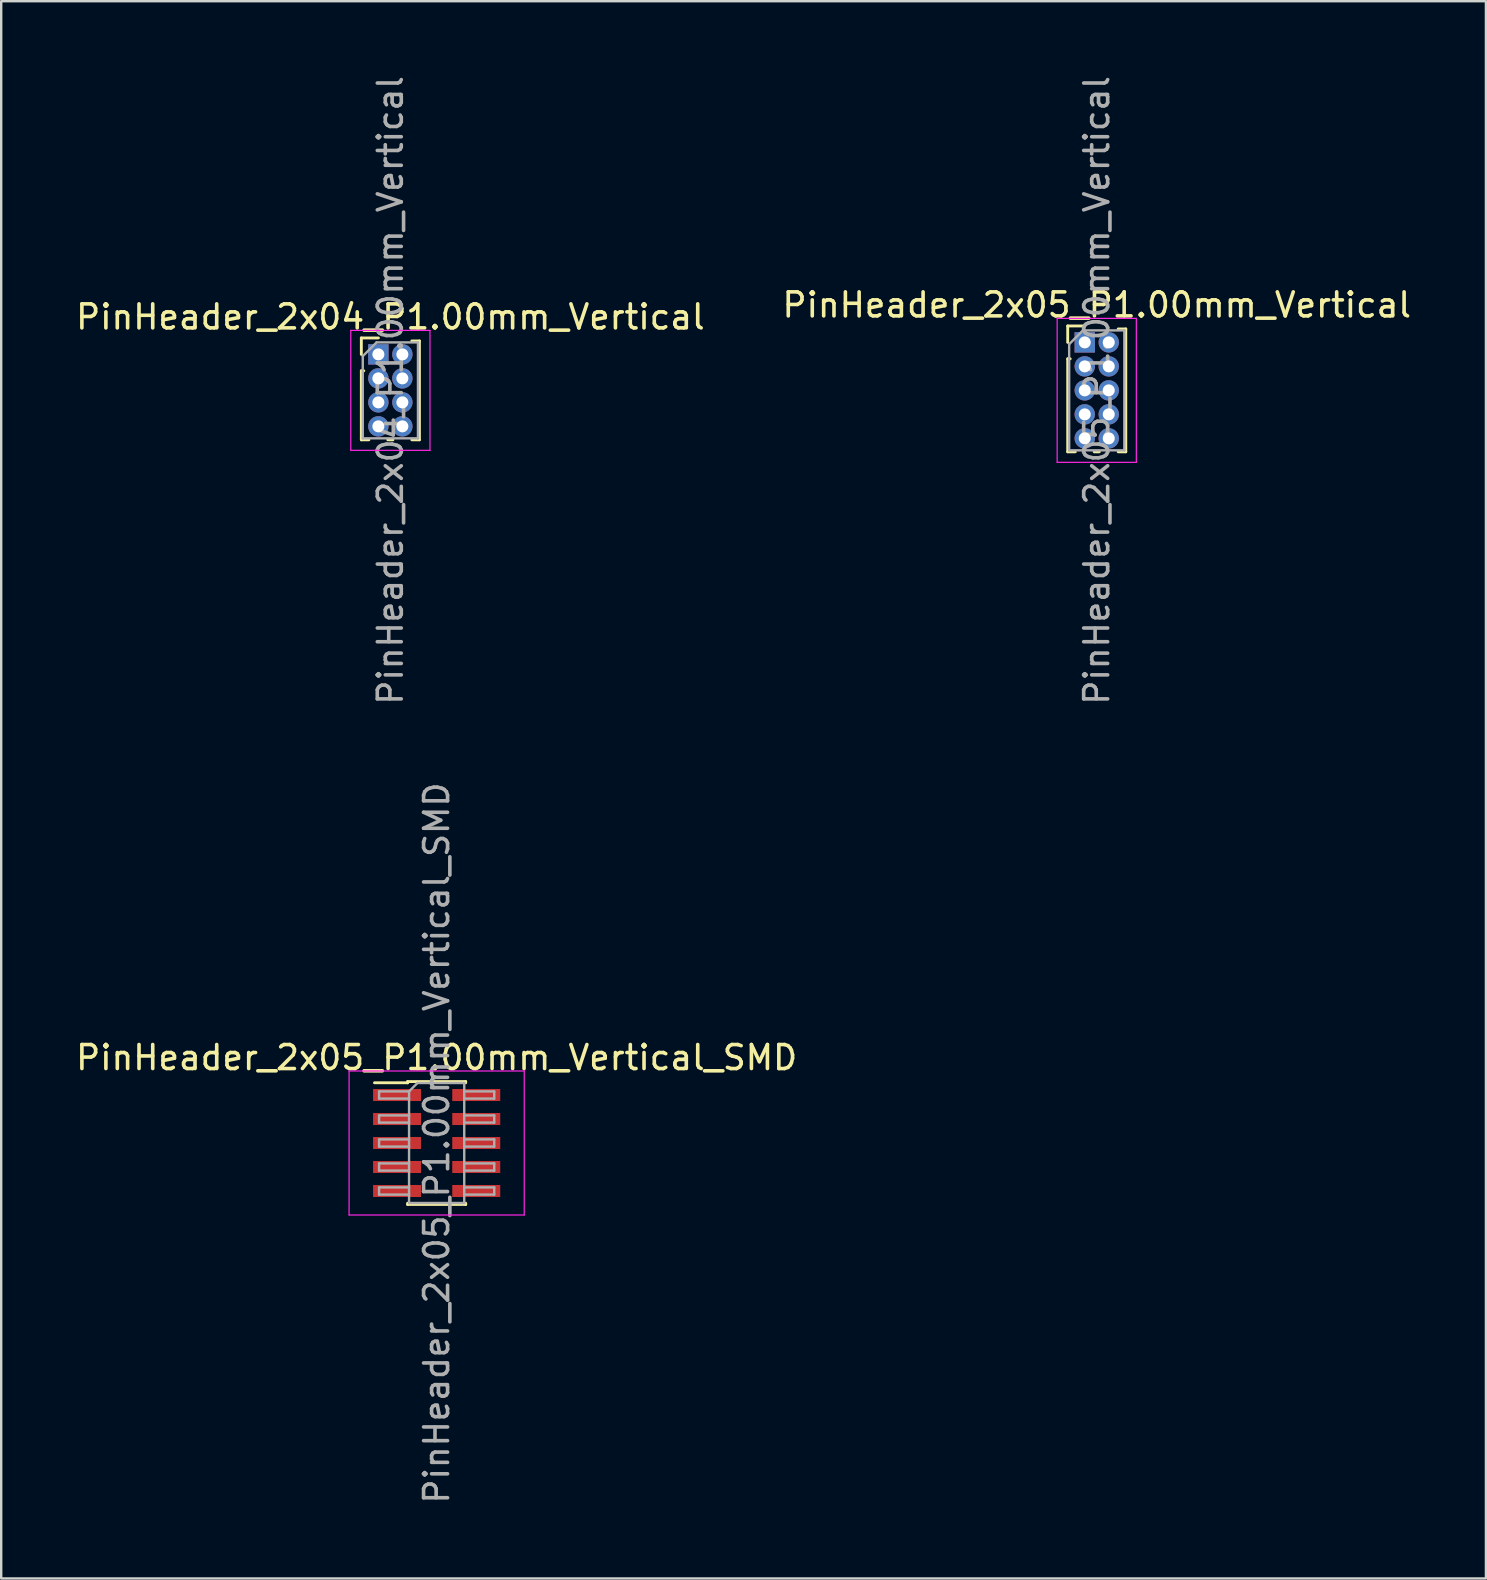
<source format=kicad_pcb>
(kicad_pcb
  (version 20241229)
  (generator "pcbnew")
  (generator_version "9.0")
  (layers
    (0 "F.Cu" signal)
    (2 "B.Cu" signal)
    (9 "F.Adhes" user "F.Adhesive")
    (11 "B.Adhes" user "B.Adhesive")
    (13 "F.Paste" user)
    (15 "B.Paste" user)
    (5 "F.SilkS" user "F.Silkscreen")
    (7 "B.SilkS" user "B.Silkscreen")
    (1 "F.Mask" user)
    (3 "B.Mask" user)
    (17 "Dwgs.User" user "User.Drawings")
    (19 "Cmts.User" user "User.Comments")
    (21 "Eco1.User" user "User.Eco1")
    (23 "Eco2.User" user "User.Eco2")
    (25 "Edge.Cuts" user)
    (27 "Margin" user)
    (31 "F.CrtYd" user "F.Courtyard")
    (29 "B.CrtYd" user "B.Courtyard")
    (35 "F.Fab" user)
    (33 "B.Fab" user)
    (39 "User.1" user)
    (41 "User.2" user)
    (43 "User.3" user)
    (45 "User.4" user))
  (footprint "PinHeader_2x05_P1.00mm_Vertical_SMD"
    (layer "F.Cu")
    (at 15.149 44.589)
    (property "Reference" "PinHeader_2x05_P1.00mm_Vertical_SMD" (at 0 -3.56 0) (layer "F.SilkS") (effects (font (size 1 1) (thickness 0.15))))
    (attr smd)
    (fp_line (start -2.59 -2.51) (end -1.21 -2.51) (stroke (width 0.12) (type solid)) (layer "F.SilkS"))
    (fp_line (start -1.21 -2.56) (end -1.21 -2.51) (stroke (width 0.12) (type solid)) (layer "F.SilkS"))
    (fp_line (start -1.21 -2.56) (end 1.21 -2.56) (stroke (width 0.12) (type solid)) (layer "F.SilkS"))
    (fp_line (start -1.21 2.51) (end -1.21 2.56) (stroke (width 0.12) (type solid)) (layer "F.SilkS"))
    (fp_line (start -1.21 2.56) (end 1.21 2.56) (stroke (width 0.12) (type solid)) (layer "F.SilkS"))
    (fp_line (start 1.21 -2.56) (end 1.21 -2.51) (stroke (width 0.12) (type solid)) (layer "F.SilkS"))
    (fp_line (start 1.21 2.51) (end 1.21 2.56) (stroke (width 0.12) (type solid)) (layer "F.SilkS"))
    (fp_line (start -3.65 -3) (end -3.65 3) (stroke (width 0.05) (type solid)) (layer "F.CrtYd"))
    (fp_line (start -3.65 3) (end 3.65 3) (stroke (width 0.05) (type solid)) (layer "F.CrtYd"))
    (fp_line (start 3.65 -3) (end -3.65 -3) (stroke (width 0.05) (type solid)) (layer "F.CrtYd"))
    (fp_line (start 3.65 3) (end 3.65 -3) (stroke (width 0.05) (type solid)) (layer "F.CrtYd"))
    (fp_line (start -2.4 -2.15) (end -2.4 -1.85) (stroke (width 0.1) (type solid)) (layer "F.Fab"))
    (fp_line (start -2.4 -1.85) (end -1.15 -1.85) (stroke (width 0.1) (type solid)) (layer "F.Fab"))
    (fp_line (start -2.4 -1.15) (end -2.4 -0.85) (stroke (width 0.1) (type solid)) (layer "F.Fab"))
    (fp_line (start -2.4 -0.85) (end -1.15 -0.85) (stroke (width 0.1) (type solid)) (layer "F.Fab"))
    (fp_line (start -2.4 -0.15) (end -2.4 0.15) (stroke (width 0.1) (type solid)) (layer "F.Fab"))
    (fp_line (start -2.4 0.15) (end -1.15 0.15) (stroke (width 0.1) (type solid)) (layer "F.Fab"))
    (fp_line (start -2.4 0.85) (end -2.4 1.15) (stroke (width 0.1) (type solid)) (layer "F.Fab"))
    (fp_line (start -2.4 1.15) (end -1.15 1.15) (stroke (width 0.1) (type solid)) (layer "F.Fab"))
    (fp_line (start -2.4 1.85) (end -2.4 2.15) (stroke (width 0.1) (type solid)) (layer "F.Fab"))
    (fp_line (start -2.4 2.15) (end -1.15 2.15) (stroke (width 0.1) (type solid)) (layer "F.Fab"))
    (fp_line (start -1.15 -2.15) (end -2.4 -2.15) (stroke (width 0.1) (type solid)) (layer "F.Fab"))
    (fp_line (start -1.15 -2.15) (end -0.8 -2.5) (stroke (width 0.1) (type solid)) (layer "F.Fab"))
    (fp_line (start -1.15 -1.15) (end -2.4 -1.15) (stroke (width 0.1) (type solid)) (layer "F.Fab"))
    (fp_line (start -1.15 -0.15) (end -2.4 -0.15) (stroke (width 0.1) (type solid)) (layer "F.Fab"))
    (fp_line (start -1.15 0.85) (end -2.4 0.85) (stroke (width 0.1) (type solid)) (layer "F.Fab"))
    (fp_line (start -1.15 1.85) (end -2.4 1.85) (stroke (width 0.1) (type solid)) (layer "F.Fab"))
    (fp_line (start -1.15 2.5) (end -1.15 -2.15) (stroke (width 0.1) (type solid)) (layer "F.Fab"))
    (fp_line (start -0.8 -2.5) (end 1.15 -2.5) (stroke (width 0.1) (type solid)) (layer "F.Fab"))
    (fp_line (start 1.15 -2.5) (end 1.15 2.5) (stroke (width 0.1) (type solid)) (layer "F.Fab"))
    (fp_line (start 1.15 -2.15) (end 2.4 -2.15) (stroke (width 0.1) (type solid)) (layer "F.Fab"))
    (fp_line (start 1.15 -1.15) (end 2.4 -1.15) (stroke (width 0.1) (type solid)) (layer "F.Fab"))
    (fp_line (start 1.15 -0.15) (end 2.4 -0.15) (stroke (width 0.1) (type solid)) (layer "F.Fab"))
    (fp_line (start 1.15 0.85) (end 2.4 0.85) (stroke (width 0.1) (type solid)) (layer "F.Fab"))
    (fp_line (start 1.15 1.85) (end 2.4 1.85) (stroke (width 0.1) (type solid)) (layer "F.Fab"))
    (fp_line (start 1.15 2.5) (end -1.15 2.5) (stroke (width 0.1) (type solid)) (layer "F.Fab"))
    (fp_line (start 2.4 -2.15) (end 2.4 -1.85) (stroke (width 0.1) (type solid)) (layer "F.Fab"))
    (fp_line (start 2.4 -1.85) (end 1.15 -1.85) (stroke (width 0.1) (type solid)) (layer "F.Fab"))
    (fp_line (start 2.4 -1.15) (end 2.4 -0.85) (stroke (width 0.1) (type solid)) (layer "F.Fab"))
    (fp_line (start 2.4 -0.85) (end 1.15 -0.85) (stroke (width 0.1) (type solid)) (layer "F.Fab"))
    (fp_line (start 2.4 -0.15) (end 2.4 0.15) (stroke (width 0.1) (type solid)) (layer "F.Fab"))
    (fp_line (start 2.4 0.15) (end 1.15 0.15) (stroke (width 0.1) (type solid)) (layer "F.Fab"))
    (fp_line (start 2.4 0.85) (end 2.4 1.15) (stroke (width 0.1) (type solid)) (layer "F.Fab"))
    (fp_line (start 2.4 1.15) (end 1.15 1.15) (stroke (width 0.1) (type solid)) (layer "F.Fab"))
    (fp_line (start 2.4 1.85) (end 2.4 2.15) (stroke (width 0.1) (type solid)) (layer "F.Fab"))
    (fp_line (start 2.4 2.15) (end 1.15 2.15) (stroke (width 0.1) (type solid)) (layer "F.Fab"))
    (fp_text user "${REFERENCE}" (at 0 0 90) (layer "F.Fab") (effects (font (size 1 1) (thickness 0.15))))
    (pad "1" smd rect (at -1.65 -2) (size 2 0.5) (layers "F.Cu" "F.Mask" "F.Paste"))
    (pad "2" smd rect (at 1.65 -2) (size 2 0.5) (layers "F.Cu" "F.Mask" "F.Paste"))
    (pad "3" smd rect (at -1.65 -1) (size 2 0.5) (layers "F.Cu" "F.Mask" "F.Paste"))
    (pad "4" smd rect (at 1.65 -1) (size 2 0.5) (layers "F.Cu" "F.Mask" "F.Paste"))
    (pad "5" smd rect (at -1.65 0) (size 2 0.5) (layers "F.Cu" "F.Mask" "F.Paste"))
    (pad "6" smd rect (at 1.65 0) (size 2 0.5) (layers "F.Cu" "F.Mask" "F.Paste"))
    (pad "7" smd rect (at -1.65 1) (size 2 0.5) (layers "F.Cu" "F.Mask" "F.Paste"))
    (pad "8" smd rect (at 1.65 1) (size 2 0.5) (layers "F.Cu" "F.Mask" "F.Paste"))
    (pad "9" smd rect (at -1.65 2) (size 2 0.5) (layers "F.Cu" "F.Mask" "F.Paste"))
    (pad "10" smd rect (at 1.65 2) (size 2 0.5) (layers "F.Cu" "F.Mask" "F.Paste")))
  (footprint "PinHeader_2x05_P1.00mm_Vertical"
    (layer "F.Cu")
    (at 42.161 11.22)
    (property "Reference" "PinHeader_2x05_P1.00mm_Vertical" (at 0.5 -1.56 0) (layer "F.SilkS") (effects (font (size 1 1) (thickness 0.15))))
    (attr through_hole)
    (fp_line (start -0.71 -0.685) (end 0 -0.685) (stroke (width 0.12) (type solid)) (layer "F.SilkS"))
    (fp_line (start -0.71 0) (end -0.71 -0.685) (stroke (width 0.12) (type solid)) (layer "F.SilkS"))
    (fp_line (start -0.71 0.685) (end -0.71 4.56) (stroke (width 0.12) (type solid)) (layer "F.SilkS"))
    (fp_line (start -0.71 0.685) (end -0.608 0.685) (stroke (width 0.12) (type solid)) (layer "F.SilkS"))
    (fp_line (start -0.71 4.56) (end -0.394 4.56) (stroke (width 0.12) (type solid)) (layer "F.SilkS"))
    (fp_line (start 0.394 4.56) (end 0.606 4.56) (stroke (width 0.12) (type solid)) (layer "F.SilkS"))
    (fp_line (start 1.394 -0.56) (end 1.71 -0.56) (stroke (width 0.12) (type solid)) (layer "F.SilkS"))
    (fp_line (start 1.394 4.56) (end 1.71 4.56) (stroke (width 0.12) (type solid)) (layer "F.SilkS"))
    (fp_line (start 1.71 -0.56) (end 1.71 4.56) (stroke (width 0.12) (type solid)) (layer "F.SilkS"))
    (fp_line (start -1.15 -1) (end -1.15 5) (stroke (width 0.05) (type solid)) (layer "F.CrtYd"))
    (fp_line (start -1.15 5) (end 2.15 5) (stroke (width 0.05) (type solid)) (layer "F.CrtYd"))
    (fp_line (start 2.15 -1) (end -1.15 -1) (stroke (width 0.05) (type solid)) (layer "F.CrtYd"))
    (fp_line (start 2.15 5) (end 2.15 -1) (stroke (width 0.05) (type solid)) (layer "F.CrtYd"))
    (fp_line (start -0.65 0.075) (end -0.075 -0.5) (stroke (width 0.1) (type solid)) (layer "F.Fab"))
    (fp_line (start -0.65 4.5) (end -0.65 0.075) (stroke (width 0.1) (type solid)) (layer "F.Fab"))
    (fp_line (start -0.075 -0.5) (end 1.65 -0.5) (stroke (width 0.1) (type solid)) (layer "F.Fab"))
    (fp_line (start 1.65 -0.5) (end 1.65 4.5) (stroke (width 0.1) (type solid)) (layer "F.Fab"))
    (fp_line (start 1.65 4.5) (end -0.65 4.5) (stroke (width 0.1) (type solid)) (layer "F.Fab"))
    (fp_text user "${REFERENCE}" (at 0.5 2 90) (layer "F.Fab") (effects (font (size 1 1) (thickness 0.15))))
    (pad "1" thru_hole rect (at 0 0) (size 0.85 0.85) (drill 0.5) (layers "*.Cu" "*.Mask"))
    (pad "2" thru_hole oval (at 1 0) (size 0.85 0.85) (drill 0.5) (layers "*.Cu" "*.Mask"))
    (pad "3" thru_hole oval (at 0 1) (size 0.85 0.85) (drill 0.5) (layers "*.Cu" "*.Mask"))
    (pad "4" thru_hole oval (at 1 1) (size 0.85 0.85) (drill 0.5) (layers "*.Cu" "*.Mask"))
    (pad "5" thru_hole oval (at 0 2) (size 0.85 0.85) (drill 0.5) (layers "*.Cu" "*.Mask"))
    (pad "6" thru_hole oval (at 1 2) (size 0.85 0.85) (drill 0.5) (layers "*.Cu" "*.Mask"))
    (pad "7" thru_hole oval (at 0 3) (size 0.85 0.85) (drill 0.5) (layers "*.Cu" "*.Mask"))
    (pad "8" thru_hole oval (at 1 3) (size 0.85 0.85) (drill 0.5) (layers "*.Cu" "*.Mask"))
    (pad "9" thru_hole oval (at 0 4) (size 0.85 0.85) (drill 0.5) (layers "*.Cu" "*.Mask"))
    (pad "10" thru_hole oval (at 1 4) (size 0.85 0.85) (drill 0.5) (layers "*.Cu" "*.Mask")))
  (footprint "PinHeader_2x04_P1.00mm_Vertical"
    (layer "F.Cu")
    (at 12.72 11.72)
    (property "Reference" "PinHeader_2x04_P1.00mm_Vertical" (at 0.5 -1.56 0) (layer "F.SilkS") (effects (font (size 1 1) (thickness 0.15))))
    (attr through_hole)
    (fp_line (start -0.71 -0.685) (end 0 -0.685) (stroke (width 0.12) (type solid)) (layer "F.SilkS"))
    (fp_line (start -0.71 0) (end -0.71 -0.685) (stroke (width 0.12) (type solid)) (layer "F.SilkS"))
    (fp_line (start -0.71 0.685) (end -0.71 3.56) (stroke (width 0.12) (type solid)) (layer "F.SilkS"))
    (fp_line (start -0.71 0.685) (end -0.608 0.685) (stroke (width 0.12) (type solid)) (layer "F.SilkS"))
    (fp_line (start -0.71 3.56) (end -0.394 3.56) (stroke (width 0.12) (type solid)) (layer "F.SilkS"))
    (fp_line (start 0.394 3.56) (end 0.606 3.56) (stroke (width 0.12) (type solid)) (layer "F.SilkS"))
    (fp_line (start 1.394 -0.56) (end 1.71 -0.56) (stroke (width 0.12) (type solid)) (layer "F.SilkS"))
    (fp_line (start 1.394 3.56) (end 1.71 3.56) (stroke (width 0.12) (type solid)) (layer "F.SilkS"))
    (fp_line (start 1.71 -0.56) (end 1.71 3.56) (stroke (width 0.12) (type solid)) (layer "F.SilkS"))
    (fp_line (start -1.15 -1) (end -1.15 4) (stroke (width 0.05) (type solid)) (layer "F.CrtYd"))
    (fp_line (start -1.15 4) (end 2.15 4) (stroke (width 0.05) (type solid)) (layer "F.CrtYd"))
    (fp_line (start 2.15 -1) (end -1.15 -1) (stroke (width 0.05) (type solid)) (layer "F.CrtYd"))
    (fp_line (start 2.15 4) (end 2.15 -1) (stroke (width 0.05) (type solid)) (layer "F.CrtYd"))
    (fp_line (start -0.65 0.075) (end -0.075 -0.5) (stroke (width 0.1) (type solid)) (layer "F.Fab"))
    (fp_line (start -0.65 3.5) (end -0.65 0.075) (stroke (width 0.1) (type solid)) (layer "F.Fab"))
    (fp_line (start -0.075 -0.5) (end 1.65 -0.5) (stroke (width 0.1) (type solid)) (layer "F.Fab"))
    (fp_line (start 1.65 -0.5) (end 1.65 3.5) (stroke (width 0.1) (type solid)) (layer "F.Fab"))
    (fp_line (start 1.65 3.5) (end -0.65 3.5) (stroke (width 0.1) (type solid)) (layer "F.Fab"))
    (fp_text user "${REFERENCE}" (at 0.5 1.5 90) (layer "F.Fab") (effects (font (size 1 1) (thickness 0.15))))
    (pad "1" thru_hole rect (at 0 0) (size 0.85 0.85) (drill 0.5) (layers "*.Cu" "*.Mask"))
    (pad "2" thru_hole oval (at 1 0) (size 0.85 0.85) (drill 0.5) (layers "*.Cu" "*.Mask"))
    (pad "3" thru_hole oval (at 0 1) (size 0.85 0.85) (drill 0.5) (layers "*.Cu" "*.Mask"))
    (pad "4" thru_hole oval (at 1 1) (size 0.85 0.85) (drill 0.5) (layers "*.Cu" "*.Mask"))
    (pad "5" thru_hole oval (at 0 2) (size 0.85 0.85) (drill 0.5) (layers "*.Cu" "*.Mask"))
    (pad "6" thru_hole oval (at 1 2) (size 0.85 0.85) (drill 0.5) (layers "*.Cu" "*.Mask"))
    (pad "7" thru_hole oval (at 0 3) (size 0.85 0.85) (drill 0.5) (layers "*.Cu" "*.Mask"))
    (pad "8" thru_hole oval (at 1 3) (size 0.85 0.85) (drill 0.5) (layers "*.Cu" "*.Mask")))
  (gr_rect
    (start -3 -3)
    (end 58.881 62.738)
    (stroke (width 0.1) (type default))
    (fill no)
    (layer "Edge.Cuts")))
</source>
